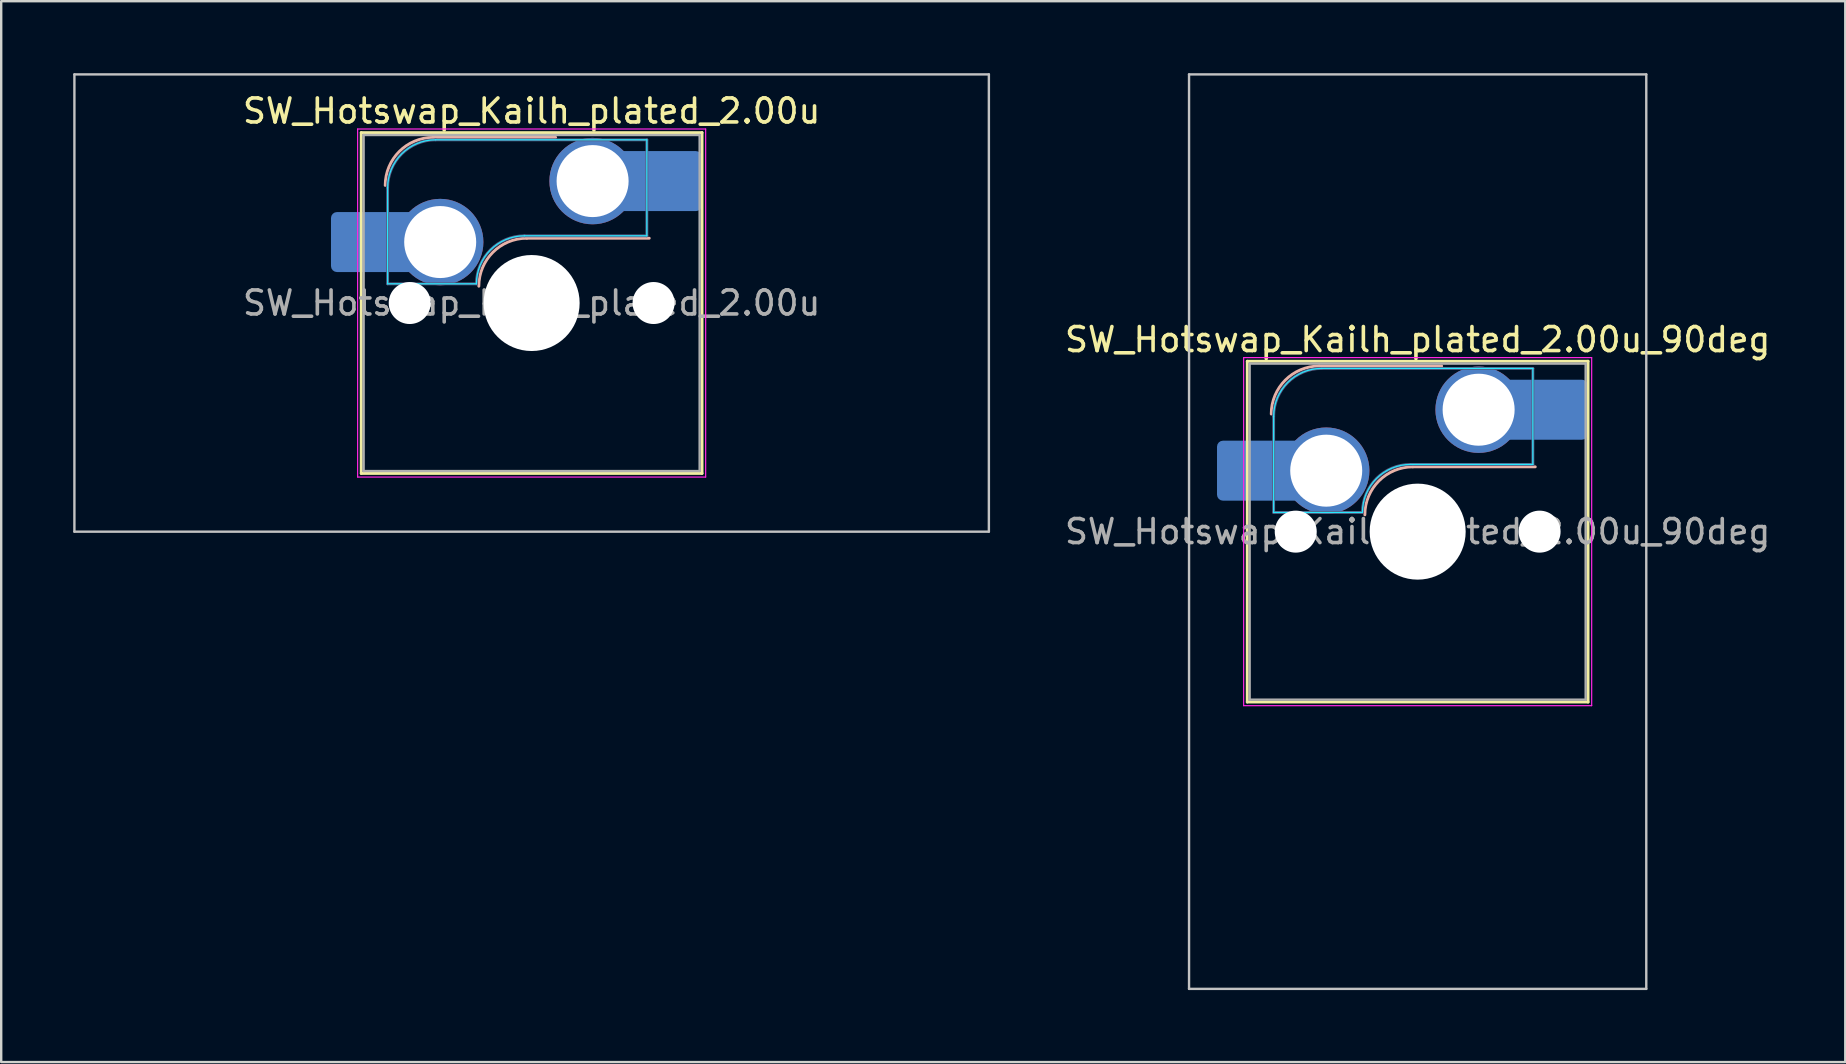
<source format=kicad_pcb>
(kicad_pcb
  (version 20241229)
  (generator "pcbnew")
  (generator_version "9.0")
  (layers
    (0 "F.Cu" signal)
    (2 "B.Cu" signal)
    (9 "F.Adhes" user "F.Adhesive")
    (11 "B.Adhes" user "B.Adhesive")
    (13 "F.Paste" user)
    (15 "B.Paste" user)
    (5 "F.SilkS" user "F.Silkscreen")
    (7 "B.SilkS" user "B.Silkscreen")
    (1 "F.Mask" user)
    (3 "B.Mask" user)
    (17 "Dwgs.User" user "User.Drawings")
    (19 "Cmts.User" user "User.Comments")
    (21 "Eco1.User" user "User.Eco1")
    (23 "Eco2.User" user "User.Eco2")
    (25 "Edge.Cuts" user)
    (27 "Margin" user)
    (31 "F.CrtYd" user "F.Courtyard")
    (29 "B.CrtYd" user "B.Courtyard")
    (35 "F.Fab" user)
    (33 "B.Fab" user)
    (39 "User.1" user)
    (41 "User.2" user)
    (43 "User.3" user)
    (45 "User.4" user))
  (footprint "SW_Hotswap_Kailh_plated_2.00u"
    (layer "F.Cu")
    (at 19.1 9.575)
    (property "Reference" "SW_Hotswap_Kailh_plated_2.00u" (at 0 -8 0) (layer "F.SilkS") (effects (font (size 1 1) (thickness 0.15))))
    (attr smd)
    (fp_line (start -7.1 -7.1) (end -7.1 7.1) (stroke (width 0.12) (type solid)) (layer "F.SilkS"))
    (fp_line (start -7.1 7.1) (end 7.1 7.1) (stroke (width 0.12) (type solid)) (layer "F.SilkS"))
    (fp_line (start 7.1 -7.1) (end -7.1 -7.1) (stroke (width 0.12) (type solid)) (layer "F.SilkS"))
    (fp_line (start 7.1 7.1) (end 7.1 -7.1) (stroke (width 0.12) (type solid)) (layer "F.SilkS"))
    (fp_line (start -4.1 -6.9) (end 1 -6.9) (stroke (width 0.12) (type solid)) (layer "B.SilkS"))
    (fp_line (start -0.2 -2.7) (end 4.9 -2.7) (stroke (width 0.12) (type solid)) (layer "B.SilkS"))
    (fp_arc (start -6.1 -4.9) (mid -5.514214 -6.314214) (end -4.1 -6.9) (stroke (width 0.12) (type solid)) (layer "B.SilkS"))
    (fp_arc (start -2.2 -0.7) (mid -1.614214 -2.114214) (end -0.2 -2.7) (stroke (width 0.12) (type solid)) (layer "B.SilkS"))
    (fp_line (start -19.05 -9.525) (end -19.05 9.525) (stroke (width 0.1) (type solid)) (layer "Dwgs.User"))
    (fp_line (start -19.05 9.525) (end 19.05 9.525) (stroke (width 0.1) (type solid)) (layer "Dwgs.User"))
    (fp_line (start 19.05 -9.525) (end -19.05 -9.525) (stroke (width 0.1) (type solid)) (layer "Dwgs.User"))
    (fp_line (start 19.05 9.525) (end 19.05 -9.525) (stroke (width 0.1) (type solid)) (layer "Dwgs.User"))
    (fp_line (start -7.8 -6) (end -7 -6) (stroke (width 0.1) (type solid)) (layer "Eco1.User"))
    (fp_line (start -7.8 -2.9) (end -7.8 -6) (stroke (width 0.1) (type solid)) (layer "Eco1.User"))
    (fp_line (start -7.8 2.9) (end -7 2.9) (stroke (width 0.1) (type solid)) (layer "Eco1.User"))
    (fp_line (start -7.8 6) (end -7.8 2.9) (stroke (width 0.1) (type solid)) (layer "Eco1.User"))
    (fp_line (start -7 -7) (end 7 -7) (stroke (width 0.1) (type solid)) (layer "Eco1.User"))
    (fp_line (start -7 -6) (end -7 -7) (stroke (width 0.1) (type solid)) (layer "Eco1.User"))
    (fp_line (start -7 -2.9) (end -7.8 -2.9) (stroke (width 0.1) (type solid)) (layer "Eco1.User"))
    (fp_line (start -7 2.9) (end -7 -2.9) (stroke (width 0.1) (type solid)) (layer "Eco1.User"))
    (fp_line (start -7 6) (end -7.8 6) (stroke (width 0.1) (type solid)) (layer "Eco1.User"))
    (fp_line (start -7 7) (end -7 6) (stroke (width 0.1) (type solid)) (layer "Eco1.User"))
    (fp_line (start 7 -7) (end 7 -6) (stroke (width 0.1) (type solid)) (layer "Eco1.User"))
    (fp_line (start 7 -6) (end 7.8 -6) (stroke (width 0.1) (type solid)) (layer "Eco1.User"))
    (fp_line (start 7 -2.9) (end 7 2.9) (stroke (width 0.1) (type solid)) (layer "Eco1.User"))
    (fp_line (start 7 2.9) (end 7.8 2.9) (stroke (width 0.1) (type solid)) (layer "Eco1.User"))
    (fp_line (start 7 6) (end 7 7) (stroke (width 0.1) (type solid)) (layer "Eco1.User"))
    (fp_line (start 7 7) (end -7 7) (stroke (width 0.1) (type solid)) (layer "Eco1.User"))
    (fp_line (start 7.8 -6) (end 7.8 -2.9) (stroke (width 0.1) (type solid)) (layer "Eco1.User"))
    (fp_line (start 7.8 -2.9) (end 7 -2.9) (stroke (width 0.1) (type solid)) (layer "Eco1.User"))
    (fp_line (start 7.8 2.9) (end 7.8 6) (stroke (width 0.1) (type solid)) (layer "Eco1.User"))
    (fp_line (start 7.8 6) (end 7 6) (stroke (width 0.1) (type solid)) (layer "Eco1.User"))
    (fp_line (start -6 -0.8) (end -6 -4.8) (stroke (width 0.05) (type solid)) (layer "B.CrtYd"))
    (fp_line (start -6 -0.8) (end -2.3 -0.8) (stroke (width 0.05) (type solid)) (layer "B.CrtYd"))
    (fp_line (start -4 -6.8) (end 4.8 -6.8) (stroke (width 0.05) (type solid)) (layer "B.CrtYd"))
    (fp_line (start -0.3 -2.8) (end 4.8 -2.8) (stroke (width 0.05) (type solid)) (layer "B.CrtYd"))
    (fp_line (start 4.8 -6.8) (end 4.8 -2.8) (stroke (width 0.05) (type solid)) (layer "B.CrtYd"))
    (fp_arc (start -6 -4.8) (mid -5.414214 -6.214214) (end -4 -6.8) (stroke (width 0.05) (type solid)) (layer "B.CrtYd"))
    (fp_arc (start -2.3 -0.8) (mid -1.714214 -2.214214) (end -0.3 -2.8) (stroke (width 0.05) (type solid)) (layer "B.CrtYd"))
    (fp_line (start -7.25 -7.25) (end -7.25 7.25) (stroke (width 0.05) (type solid)) (layer "F.CrtYd"))
    (fp_line (start -7.25 7.25) (end 7.25 7.25) (stroke (width 0.05) (type solid)) (layer "F.CrtYd"))
    (fp_line (start 7.25 -7.25) (end -7.25 -7.25) (stroke (width 0.05) (type solid)) (layer "F.CrtYd"))
    (fp_line (start 7.25 7.25) (end 7.25 -7.25) (stroke (width 0.05) (type solid)) (layer "F.CrtYd"))
    (fp_line (start -6 -0.8) (end -6 -4.8) (stroke (width 0.12) (type solid)) (layer "B.Fab"))
    (fp_line (start -6 -0.8) (end -2.3 -0.8) (stroke (width 0.12) (type solid)) (layer "B.Fab"))
    (fp_line (start -4 -6.8) (end 4.8 -6.8) (stroke (width 0.12) (type solid)) (layer "B.Fab"))
    (fp_line (start -0.3 -2.8) (end 4.8 -2.8) (stroke (width 0.12) (type solid)) (layer "B.Fab"))
    (fp_line (start 4.8 -6.8) (end 4.8 -2.8) (stroke (width 0.12) (type solid)) (layer "B.Fab"))
    (fp_arc (start -6 -4.8) (mid -5.414214 -6.214214) (end -4 -6.8) (stroke (width 0.12) (type solid)) (layer "B.Fab"))
    (fp_arc (start -2.3 -0.8) (mid -1.714214 -2.214214) (end -0.3 -2.8) (stroke (width 0.12) (type solid)) (layer "B.Fab"))
    (fp_line (start -7 -7) (end -7 7) (stroke (width 0.1) (type solid)) (layer "F.Fab"))
    (fp_line (start -7 7) (end 7 7) (stroke (width 0.1) (type solid)) (layer "F.Fab"))
    (fp_line (start 7 -7) (end -7 -7) (stroke (width 0.1) (type solid)) (layer "F.Fab"))
    (fp_line (start 7 7) (end 7 -7) (stroke (width 0.1) (type solid)) (layer "F.Fab"))
    (fp_text user "${REFERENCE}" (at 0 0 0) (layer "F.Fab") (effects (font (size 1 1) (thickness 0.15))))
    (pad "" smd roundrect (at -7.085 -2.54) (size 2.55 2.5) (layers "B.Mask" "B.Paste") (roundrect_rratio 0.1))
    (pad "" np_thru_hole circle (at -5.08 0) (size 1.75 1.75) (drill 1.75) (layers "*.Cu" "*.Mask"))
    (pad "" np_thru_hole circle (at 0 0) (size 4 4) (drill 4) (layers "*.Cu" "*.Mask"))
    (pad "" np_thru_hole circle (at 5.08 0) (size 1.75 1.75) (drill 1.75) (layers "*.Cu" "*.Mask"))
    (pad "" smd roundrect (at 5.842 -5.08) (size 2.55 2.5) (layers "B.Mask" "B.Paste") (roundrect_rratio 0.1))
    (pad "1" smd roundrect (at -6.585 -2.54) (size 3.55 2.5) (layers "B.Cu") (roundrect_rratio 0.1))
    (pad "1" thru_hole circle (at -3.81 -2.54) (size 3.6 3.6) (drill 3) (layers "*.Cu" "B.Mask"))
    (pad "2" thru_hole circle (at 2.54 -5.08) (size 3.6 3.6) (drill 3) (layers "*.Cu" "B.Mask"))
    (pad "2" smd roundrect (at 5.32 -5.08) (size 3.55 2.5) (layers "B.Cu") (roundrect_rratio 0.1)))
  (footprint "SW_Hotswap_Kailh_plated_2.00u_90deg"
    (layer "F.Cu")
    (at 56.015 19.1)
    (property "Reference" "SW_Hotswap_Kailh_plated_2.00u_90deg" (at 0 -8 0) (layer "F.SilkS") (effects (font (size 1 1) (thickness 0.15))))
    (attr smd)
    (fp_line (start -7.1 -7.1) (end -7.1 7.1) (stroke (width 0.12) (type solid)) (layer "F.SilkS"))
    (fp_line (start -7.1 7.1) (end 7.1 7.1) (stroke (width 0.12) (type solid)) (layer "F.SilkS"))
    (fp_line (start 7.1 -7.1) (end -7.1 -7.1) (stroke (width 0.12) (type solid)) (layer "F.SilkS"))
    (fp_line (start 7.1 7.1) (end 7.1 -7.1) (stroke (width 0.12) (type solid)) (layer "F.SilkS"))
    (fp_line (start -4.1 -6.9) (end 1 -6.9) (stroke (width 0.12) (type solid)) (layer "B.SilkS"))
    (fp_line (start -0.2 -2.7) (end 4.9 -2.7) (stroke (width 0.12) (type solid)) (layer "B.SilkS"))
    (fp_arc (start -6.1 -4.9) (mid -5.514214 -6.314214) (end -4.1 -6.9) (stroke (width 0.12) (type solid)) (layer "B.SilkS"))
    (fp_arc (start -2.2 -0.7) (mid -1.614214 -2.114214) (end -0.2 -2.7) (stroke (width 0.12) (type solid)) (layer "B.SilkS"))
    (fp_line (start -9.525 -19.05) (end 9.525 -19.05) (stroke (width 0.1) (type solid)) (layer "Dwgs.User"))
    (fp_line (start -9.525 19.05) (end -9.525 -19.05) (stroke (width 0.1) (type solid)) (layer "Dwgs.User"))
    (fp_line (start 9.525 -19.05) (end 9.525 19.05) (stroke (width 0.1) (type solid)) (layer "Dwgs.User"))
    (fp_line (start 9.525 19.05) (end -9.525 19.05) (stroke (width 0.1) (type solid)) (layer "Dwgs.User"))
    (fp_line (start -7.8 -6) (end -7 -6) (stroke (width 0.1) (type solid)) (layer "Eco1.User"))
    (fp_line (start -7.8 -2.9) (end -7.8 -6) (stroke (width 0.1) (type solid)) (layer "Eco1.User"))
    (fp_line (start -7.8 2.9) (end -7 2.9) (stroke (width 0.1) (type solid)) (layer "Eco1.User"))
    (fp_line (start -7.8 6) (end -7.8 2.9) (stroke (width 0.1) (type solid)) (layer "Eco1.User"))
    (fp_line (start -7 -7) (end 7 -7) (stroke (width 0.1) (type solid)) (layer "Eco1.User"))
    (fp_line (start -7 -6) (end -7 -7) (stroke (width 0.1) (type solid)) (layer "Eco1.User"))
    (fp_line (start -7 -2.9) (end -7.8 -2.9) (stroke (width 0.1) (type solid)) (layer "Eco1.User"))
    (fp_line (start -7 2.9) (end -7 -2.9) (stroke (width 0.1) (type solid)) (layer "Eco1.User"))
    (fp_line (start -7 6) (end -7.8 6) (stroke (width 0.1) (type solid)) (layer "Eco1.User"))
    (fp_line (start -7 7) (end -7 6) (stroke (width 0.1) (type solid)) (layer "Eco1.User"))
    (fp_line (start 7 -7) (end 7 -6) (stroke (width 0.1) (type solid)) (layer "Eco1.User"))
    (fp_line (start 7 -6) (end 7.8 -6) (stroke (width 0.1) (type solid)) (layer "Eco1.User"))
    (fp_line (start 7 -2.9) (end 7 2.9) (stroke (width 0.1) (type solid)) (layer "Eco1.User"))
    (fp_line (start 7 2.9) (end 7.8 2.9) (stroke (width 0.1) (type solid)) (layer "Eco1.User"))
    (fp_line (start 7 6) (end 7 7) (stroke (width 0.1) (type solid)) (layer "Eco1.User"))
    (fp_line (start 7 7) (end -7 7) (stroke (width 0.1) (type solid)) (layer "Eco1.User"))
    (fp_line (start 7.8 -6) (end 7.8 -2.9) (stroke (width 0.1) (type solid)) (layer "Eco1.User"))
    (fp_line (start 7.8 -2.9) (end 7 -2.9) (stroke (width 0.1) (type solid)) (layer "Eco1.User"))
    (fp_line (start 7.8 2.9) (end 7.8 6) (stroke (width 0.1) (type solid)) (layer "Eco1.User"))
    (fp_line (start 7.8 6) (end 7 6) (stroke (width 0.1) (type solid)) (layer "Eco1.User"))
    (fp_line (start -6 -0.8) (end -6 -4.8) (stroke (width 0.05) (type solid)) (layer "B.CrtYd"))
    (fp_line (start -6 -0.8) (end -2.3 -0.8) (stroke (width 0.05) (type solid)) (layer "B.CrtYd"))
    (fp_line (start -4 -6.8) (end 4.8 -6.8) (stroke (width 0.05) (type solid)) (layer "B.CrtYd"))
    (fp_line (start -0.3 -2.8) (end 4.8 -2.8) (stroke (width 0.05) (type solid)) (layer "B.CrtYd"))
    (fp_line (start 4.8 -6.8) (end 4.8 -2.8) (stroke (width 0.05) (type solid)) (layer "B.CrtYd"))
    (fp_arc (start -6 -4.8) (mid -5.414214 -6.214214) (end -4 -6.8) (stroke (width 0.05) (type solid)) (layer "B.CrtYd"))
    (fp_arc (start -2.3 -0.8) (mid -1.714214 -2.214214) (end -0.3 -2.8) (stroke (width 0.05) (type solid)) (layer "B.CrtYd"))
    (fp_line (start -7.25 -7.25) (end -7.25 7.25) (stroke (width 0.05) (type solid)) (layer "F.CrtYd"))
    (fp_line (start -7.25 7.25) (end 7.25 7.25) (stroke (width 0.05) (type solid)) (layer "F.CrtYd"))
    (fp_line (start 7.25 -7.25) (end -7.25 -7.25) (stroke (width 0.05) (type solid)) (layer "F.CrtYd"))
    (fp_line (start 7.25 7.25) (end 7.25 -7.25) (stroke (width 0.05) (type solid)) (layer "F.CrtYd"))
    (fp_line (start -6 -0.8) (end -6 -4.8) (stroke (width 0.12) (type solid)) (layer "B.Fab"))
    (fp_line (start -6 -0.8) (end -2.3 -0.8) (stroke (width 0.12) (type solid)) (layer "B.Fab"))
    (fp_line (start -4 -6.8) (end 4.8 -6.8) (stroke (width 0.12) (type solid)) (layer "B.Fab"))
    (fp_line (start -0.3 -2.8) (end 4.8 -2.8) (stroke (width 0.12) (type solid)) (layer "B.Fab"))
    (fp_line (start 4.8 -6.8) (end 4.8 -2.8) (stroke (width 0.12) (type solid)) (layer "B.Fab"))
    (fp_arc (start -6 -4.8) (mid -5.414214 -6.214214) (end -4 -6.8) (stroke (width 0.12) (type solid)) (layer "B.Fab"))
    (fp_arc (start -2.3 -0.8) (mid -1.714214 -2.214214) (end -0.3 -2.8) (stroke (width 0.12) (type solid)) (layer "B.Fab"))
    (fp_line (start -7 -7) (end -7 7) (stroke (width 0.1) (type solid)) (layer "F.Fab"))
    (fp_line (start -7 7) (end 7 7) (stroke (width 0.1) (type solid)) (layer "F.Fab"))
    (fp_line (start 7 -7) (end -7 -7) (stroke (width 0.1) (type solid)) (layer "F.Fab"))
    (fp_line (start 7 7) (end 7 -7) (stroke (width 0.1) (type solid)) (layer "F.Fab"))
    (fp_text user "${REFERENCE}" (at 0 0 0) (layer "F.Fab") (effects (font (size 1 1) (thickness 0.15))))
    (pad "" smd roundrect (at -7.085 -2.54) (size 2.55 2.5) (layers "B.Mask" "B.Paste") (roundrect_rratio 0.1))
    (pad "" np_thru_hole circle (at -5.08 0) (size 1.75 1.75) (drill 1.75) (layers "*.Cu" "*.Mask"))
    (pad "" np_thru_hole circle (at 0 0) (size 4 4) (drill 4) (layers "*.Cu" "*.Mask"))
    (pad "" np_thru_hole circle (at 5.08 0) (size 1.75 1.75) (drill 1.75) (layers "*.Cu" "*.Mask"))
    (pad "" smd roundrect (at 5.842 -5.08) (size 2.55 2.5) (layers "B.Mask" "B.Paste") (roundrect_rratio 0.1))
    (pad "1" smd roundrect (at -6.585 -2.54) (size 3.55 2.5) (layers "B.Cu") (roundrect_rratio 0.1))
    (pad "1" thru_hole circle (at -3.81 -2.54) (size 3.6 3.6) (drill 3) (layers "*.Cu" "B.Mask"))
    (pad "2" thru_hole circle (at 2.54 -5.08) (size 3.6 3.6) (drill 3) (layers "*.Cu" "B.Mask"))
    (pad "2" smd roundrect (at 5.32 -5.08) (size 3.55 2.5) (layers "B.Cu") (roundrect_rratio 0.1)))
  (gr_rect
    (start -3 -3)
    (end 73.831 41.2)
    (stroke (width 0.1) (type default))
    (fill no)
    (layer "Edge.Cuts")))
</source>
